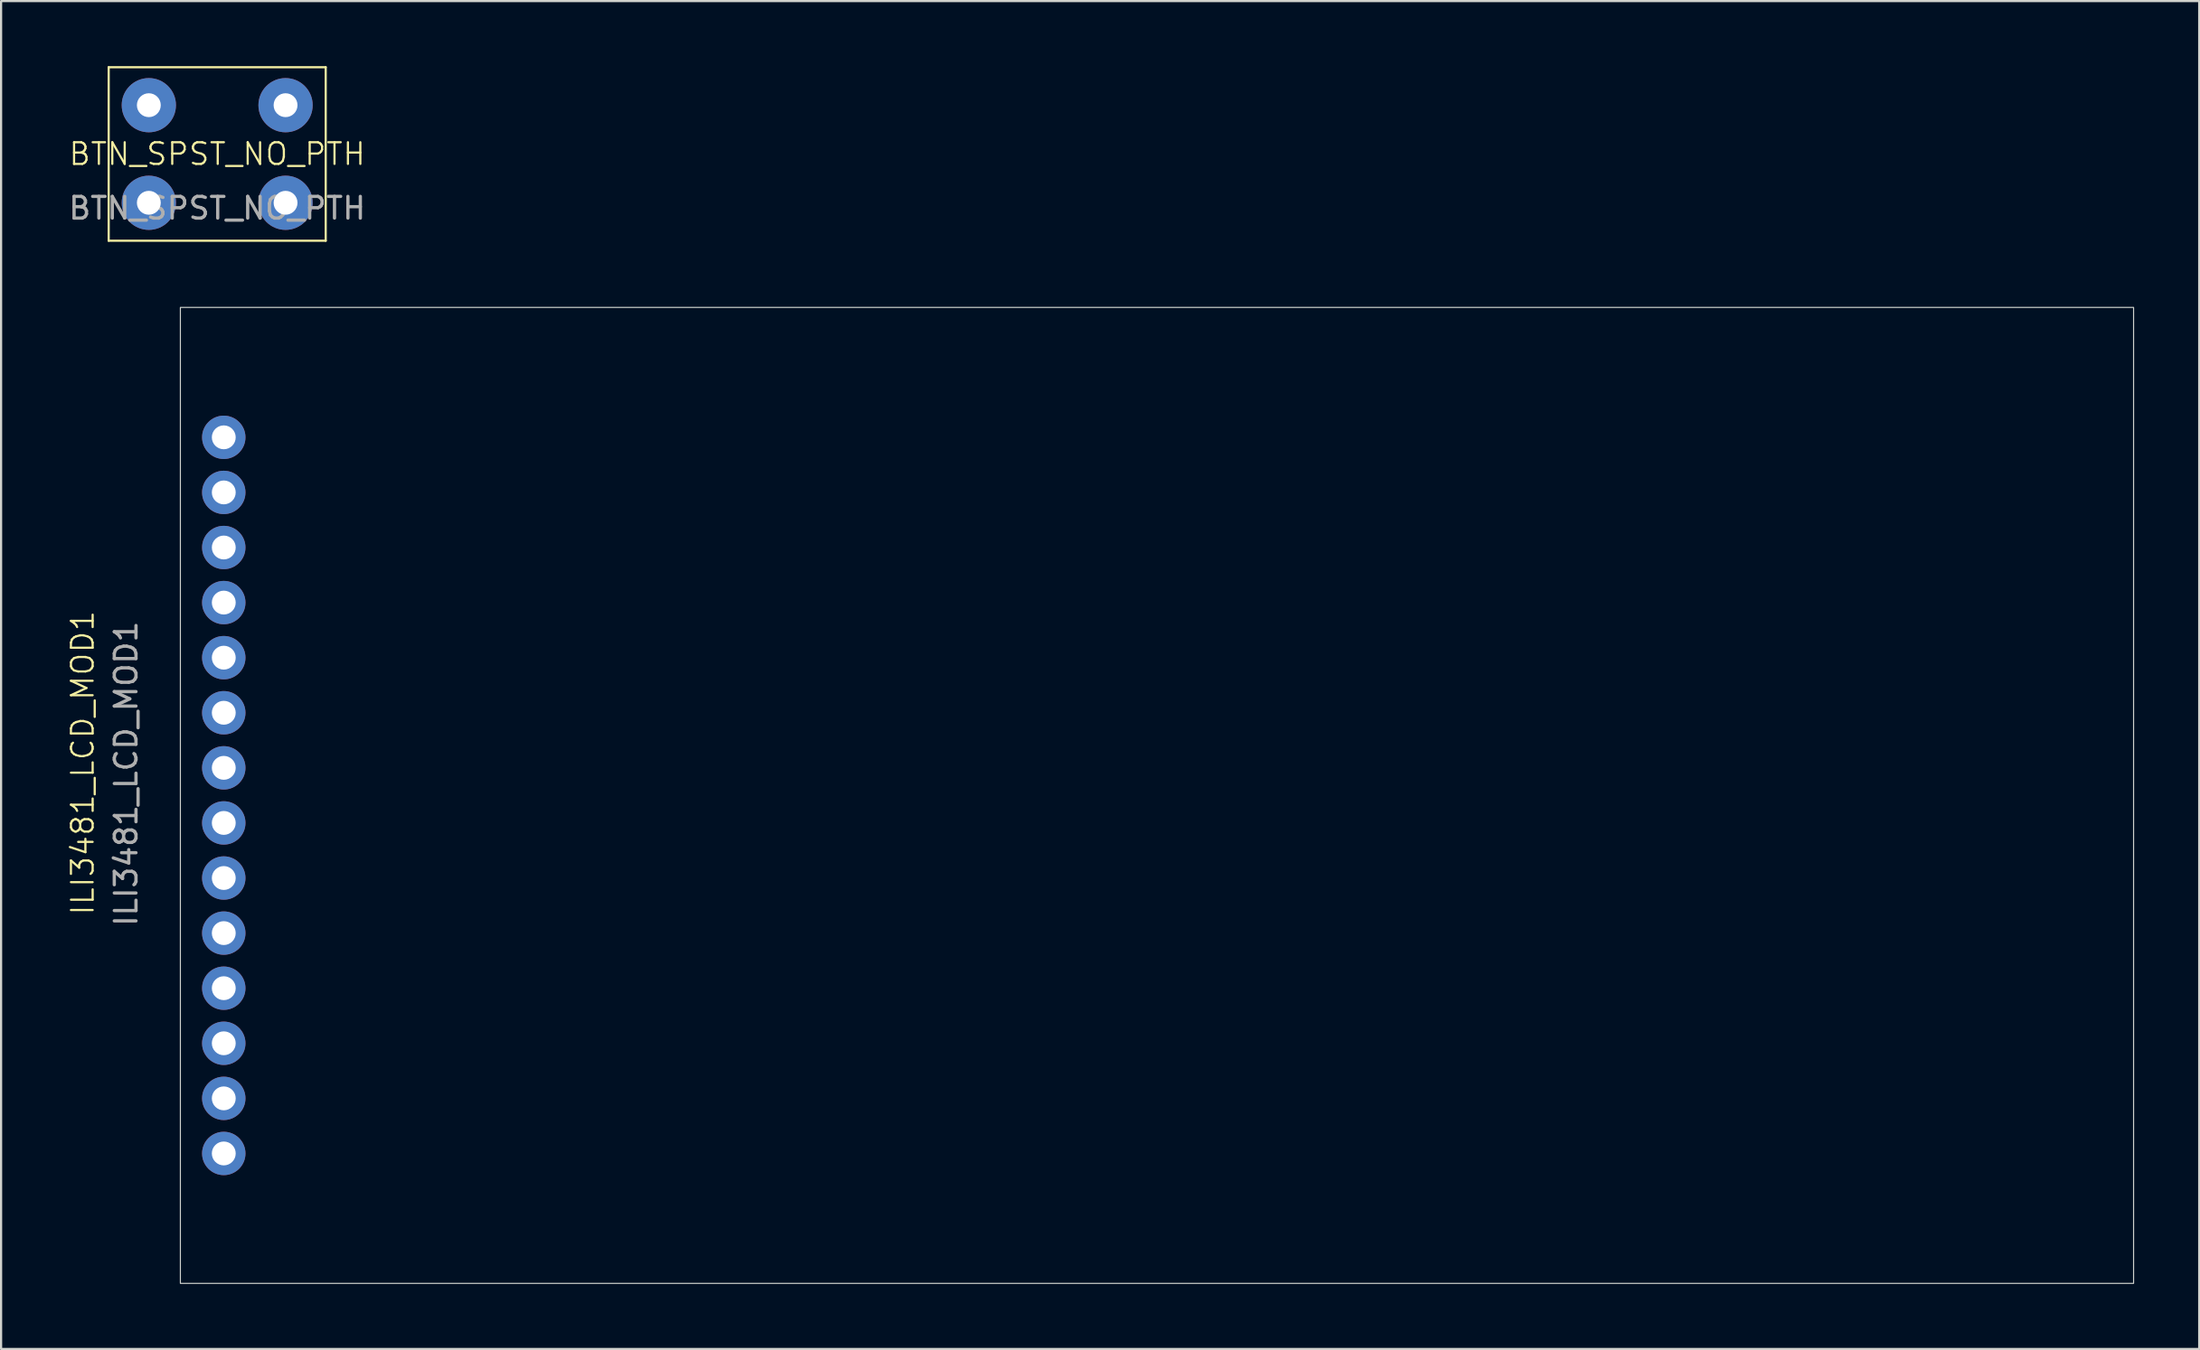
<source format=kicad_pcb>
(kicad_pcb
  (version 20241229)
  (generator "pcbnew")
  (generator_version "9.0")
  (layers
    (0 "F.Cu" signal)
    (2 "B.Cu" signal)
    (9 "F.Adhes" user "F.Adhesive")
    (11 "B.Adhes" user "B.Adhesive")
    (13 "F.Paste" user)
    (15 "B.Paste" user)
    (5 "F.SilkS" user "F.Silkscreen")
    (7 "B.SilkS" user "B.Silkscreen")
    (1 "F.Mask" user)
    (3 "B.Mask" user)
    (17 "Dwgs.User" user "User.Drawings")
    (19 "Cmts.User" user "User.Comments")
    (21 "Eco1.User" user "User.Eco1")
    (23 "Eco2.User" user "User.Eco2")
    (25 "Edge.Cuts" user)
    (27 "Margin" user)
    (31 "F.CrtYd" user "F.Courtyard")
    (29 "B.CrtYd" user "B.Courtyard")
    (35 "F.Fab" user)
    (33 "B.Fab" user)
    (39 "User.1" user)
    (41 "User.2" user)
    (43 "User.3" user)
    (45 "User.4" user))
  (footprint "ILI3481_LCD_MOD1"
    (layer "F.Cu")
    (at 7.261 33.625)
    (property "Reference" "ILI3481_LCD_MOD1" (at -6.5 -1.5 90) (unlocked yes) (layer "F.SilkS") (effects (font (size 1 1) (thickness 0.1))))
    (attr board_only exclude_from_pos_files exclude_from_bom)
    (fp_rect (start -2 -22.5) (end 88 22.5) (stroke (width 0.05) (type solid)) (fill no) (layer "Edge.Cuts"))
    (fp_text user "${REFERENCE}" (at -4.5 -1 90) (unlocked yes) (layer "F.Fab") (effects (font (size 1 1) (thickness 0.15))))
    (pad "1" thru_hole circle (at 0 -16.51) (size 2 2) (drill 1.1) (layers "*.Cu" "*.Mask"))
    (pad "2" thru_hole circle (at 0 -13.97) (size 2 2) (drill 1.1) (layers "*.Cu" "*.Mask"))
    (pad "3" thru_hole circle (at 0 -11.43) (size 2 2) (drill 1.1) (layers "*.Cu" "*.Mask"))
    (pad "4" thru_hole circle (at 0 -8.89) (size 2 2) (drill 1.1) (layers "*.Cu" "*.Mask"))
    (pad "5" thru_hole circle (at 0 -6.35) (size 2 2) (drill 1.1) (layers "*.Cu" "*.Mask"))
    (pad "6" thru_hole circle (at 0 -3.81) (size 2 2) (drill 1.1) (layers "*.Cu" "*.Mask"))
    (pad "7" thru_hole circle (at 0 -1.27) (size 2 2) (drill 1.1) (layers "*.Cu" "*.Mask"))
    (pad "8" thru_hole circle (at 0 1.27) (size 2 2) (drill 1.1) (layers "*.Cu" "*.Mask"))
    (pad "9" thru_hole circle (at 0 3.81) (size 2 2) (drill 1.1) (layers "*.Cu" "*.Mask"))
    (pad "10" thru_hole circle (at 0 6.35) (size 2 2) (drill 1.1) (layers "*.Cu" "*.Mask"))
    (pad "11" thru_hole circle (at 0 8.89) (size 2 2) (drill 1.1) (layers "*.Cu" "*.Mask"))
    (pad "12" thru_hole circle (at 0 11.43) (size 2 2) (drill 1.1) (layers "*.Cu" "*.Mask"))
    (pad "13" thru_hole circle (at 0 13.97) (size 2 2) (drill 1.1) (layers "*.Cu" "*.Mask"))
    (pad "14" thru_hole circle (at 0 16.51) (size 2 2) (drill 1.1) (layers "*.Cu" "*.Mask")))
  (footprint "BTN_SPST_NO_PTH"
    (layer "F.Cu")
    (at 6.958 4.05)
    (property "Reference" "BTN_SPST_NO_PTH" (at 0 0 0) (unlocked yes) (layer "F.SilkS") (effects (font (size 1 1) (thickness 0.1))))
    (attr board_only exclude_from_pos_files exclude_from_bom)
    (fp_line (start -5 -4) (end -5 4) (stroke (width 0.1) (type default)) (layer "F.SilkS"))
    (fp_line (start -5 4) (end 5 4) (stroke (width 0.1) (type default)) (layer "F.SilkS"))
    (fp_line (start 5 -4) (end -5 -4) (stroke (width 0.1) (type default)) (layer "F.SilkS"))
    (fp_line (start 5 4) (end 5 -4) (stroke (width 0.1) (type default)) (layer "F.SilkS"))
    (fp_text user "${REFERENCE}" (at 0 2.5 0) (unlocked yes) (layer "F.Fab") (effects (font (size 1 1) (thickness 0.15))))
    (pad "1" thru_hole circle (at -3.15 -2.25) (size 2.5 2.5) (drill 1.1) (layers "*.Cu" "*.Mask"))
    (pad "1" thru_hole circle (at 3.15 -2.25) (size 2.5 2.5) (drill 1.1) (layers "*.Cu" "*.Mask"))
    (pad "2" thru_hole circle (at -3.15 2.25) (size 2.5 2.5) (drill 1.1) (layers "*.Cu" "*.Mask"))
    (pad "2" thru_hole circle (at 3.15 2.25) (size 2.5 2.5) (drill 1.1) (layers "*.Cu" "*.Mask")))
  (gr_rect
    (start -3 -3)
    (end 98.285 59.15)
    (stroke (width 0.1) (type default))
    (fill no)
    (layer "Edge.Cuts")))
</source>
